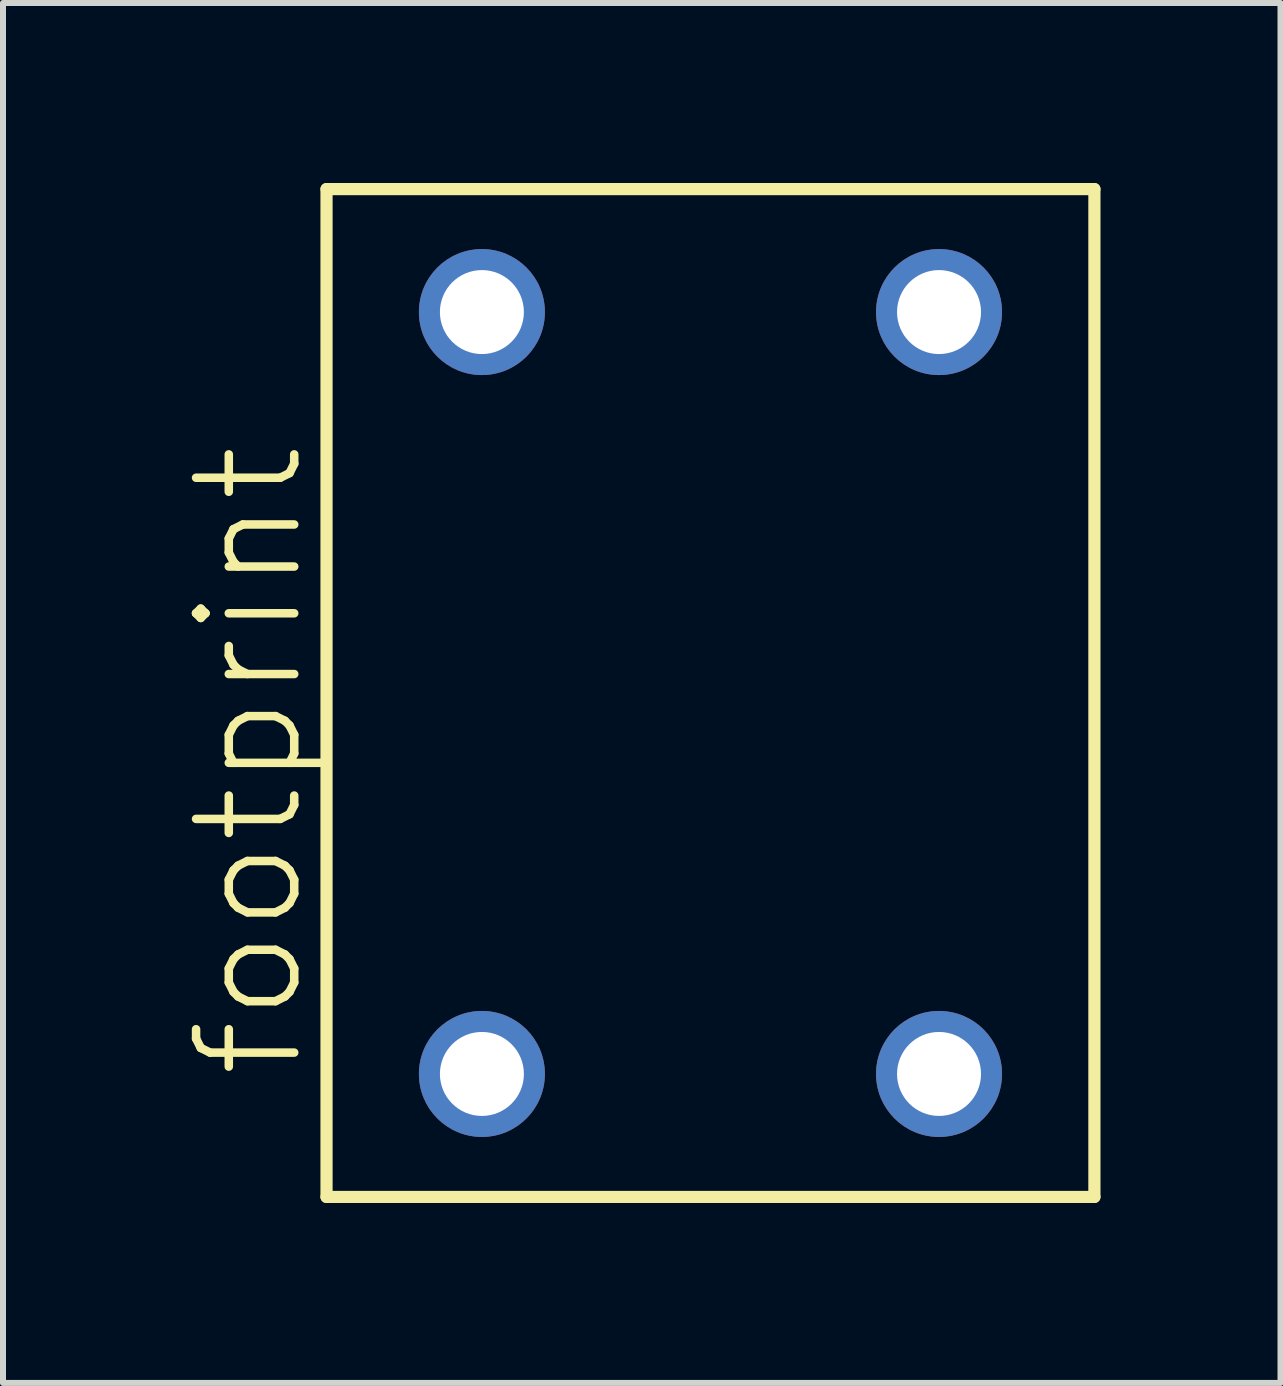
<source format=kicad_pcb>
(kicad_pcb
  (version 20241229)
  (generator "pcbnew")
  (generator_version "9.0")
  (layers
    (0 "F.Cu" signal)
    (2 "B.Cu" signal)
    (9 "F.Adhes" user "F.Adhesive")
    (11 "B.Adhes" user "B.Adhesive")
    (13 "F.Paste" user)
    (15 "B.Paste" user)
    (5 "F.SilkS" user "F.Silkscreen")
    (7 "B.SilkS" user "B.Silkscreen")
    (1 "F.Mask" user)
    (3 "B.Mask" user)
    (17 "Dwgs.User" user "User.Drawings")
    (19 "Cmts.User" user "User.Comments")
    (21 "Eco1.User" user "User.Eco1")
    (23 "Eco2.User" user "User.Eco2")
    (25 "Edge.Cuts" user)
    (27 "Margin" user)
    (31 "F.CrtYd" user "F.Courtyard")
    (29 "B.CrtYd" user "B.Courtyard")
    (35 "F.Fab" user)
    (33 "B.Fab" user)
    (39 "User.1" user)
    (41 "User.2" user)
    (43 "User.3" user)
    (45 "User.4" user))
  (footprint "footprint"
    (layer "F.Cu")
    (at 8.793 8.502)
    (property "Reference" "footprint" (at -6.731 6.477 90) (layer "F.SilkS") (effects (font (size 1.636 1.636) (thickness 0.142)) (justify left bottom)))
    (fp_line (start -6.4 -8.4) (end -6.4 8.4) (stroke (width 0.203) (type solid)) (layer "F.SilkS"))
    (fp_line (start -6.4 8.4) (end 6.4 8.4) (stroke (width 0.203) (type solid)) (layer "F.SilkS"))
    (fp_line (start 6.4 -8.4) (end -6.4 -8.4) (stroke (width 0.203) (type solid)) (layer "F.SilkS"))
    (fp_line (start 6.4 8.4) (end 6.4 -8.4) (stroke (width 0.203) (type solid)) (layer "F.SilkS"))
    (pad "1" thru_hole circle (at -3.81 6.35) (size 2.1 2.1) (drill 1.4) (layers "*.Cu" "*.Mask"))
    (pad "2" thru_hole circle (at 3.81 6.35) (size 2.1 2.1) (drill 1.4) (layers "*.Cu" "*.Mask"))
    (pad "3" thru_hole circle (at 3.81 -6.35) (size 2.1 2.1) (drill 1.4) (layers "*.Cu" "*.Mask"))
    (pad "4" thru_hole circle (at -3.81 -6.35) (size 2.1 2.1) (drill 1.4) (layers "*.Cu" "*.Mask")))
  (gr_rect
    (start -3 -3)
    (end 18.295 20.003)
    (stroke (width 0.1) (type default))
    (fill no)
    (layer "Edge.Cuts")))
</source>
